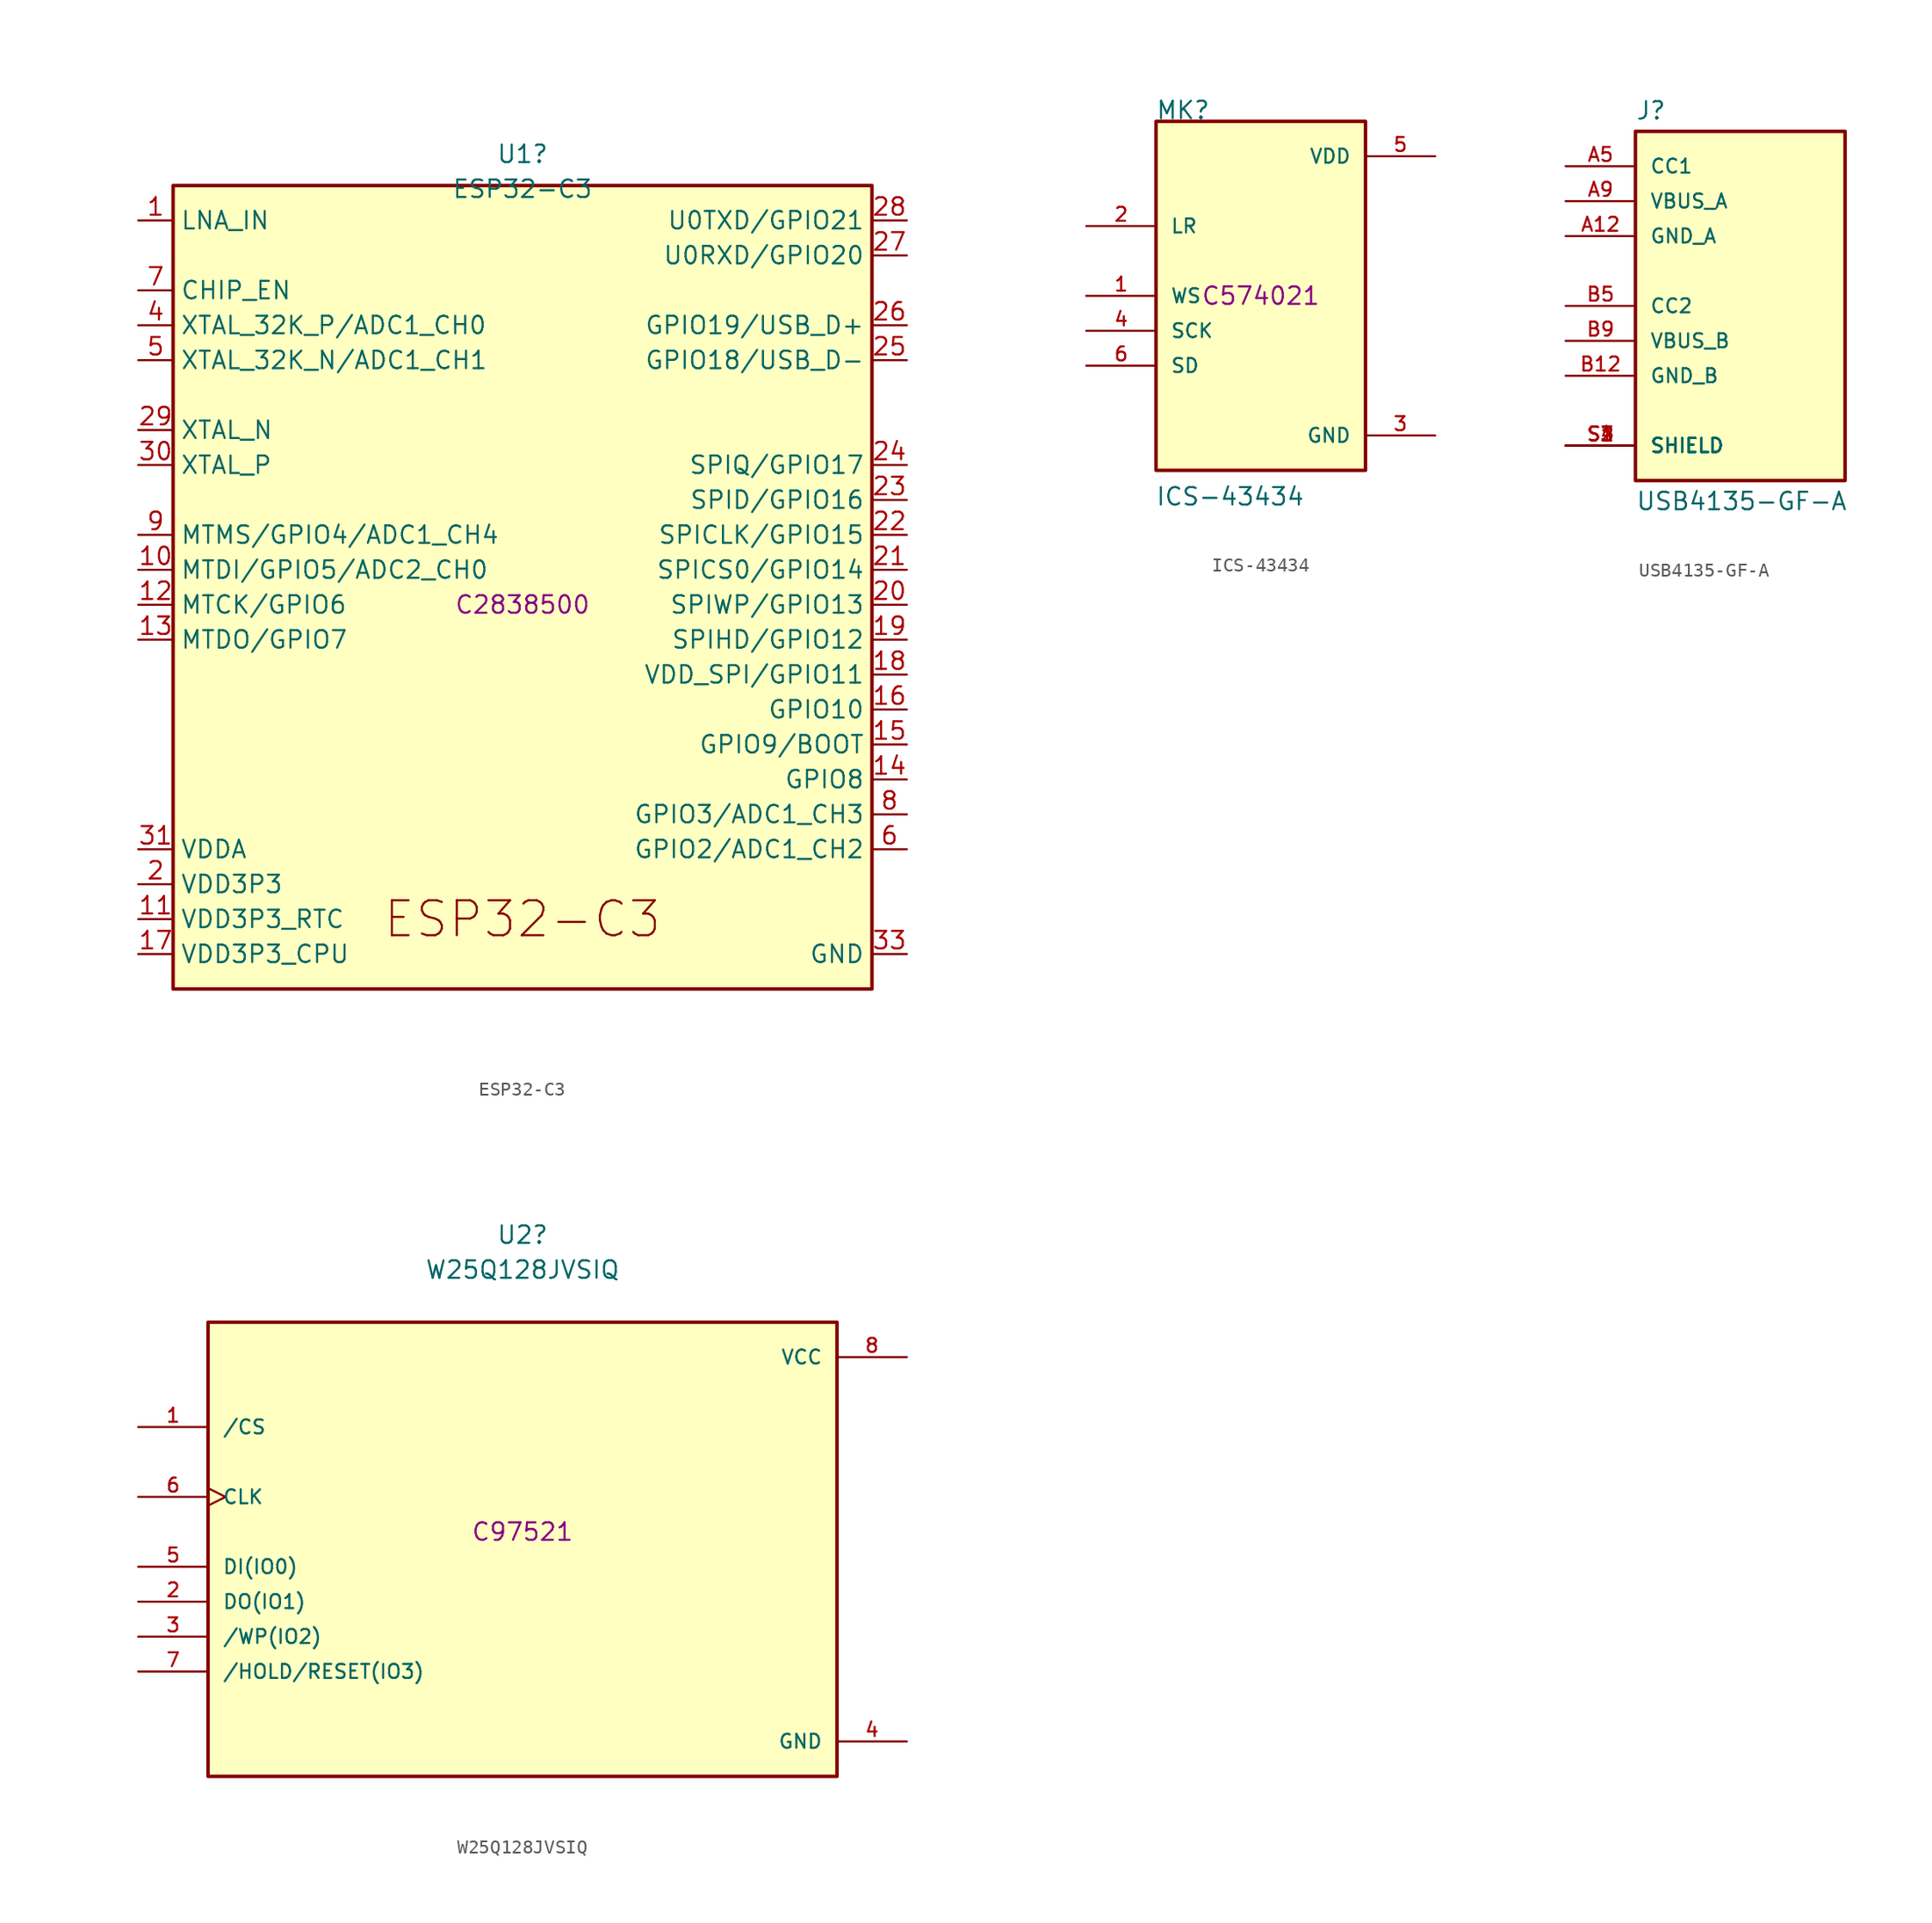
<source format=kicad_sym>
(kicad_symbol_lib
  (version 20211014)
  (generator kicad_symbol_editor)
  (symbol "ESP32-C3"
    (property "Reference" "U1"
      (at 0 32.766 0)
      (effects (font (size 1.27 1.27))))
    (property "Value" "ESP32-C3"
      (at 0 30.226 0)
      (effects (font (size 1.27 1.27))))
    (property "LCSC" "C2838500"
      (at 0 0 0)
      (effects (font (size 1.27 1.27))))
    (symbol "ESP32-C3_0_0"
      (text "ESP32-C3" (at 0 -22.86 0) (effects (font (size 2.54 2.54))))
      (pin bidirectional line (at -27.94 27.94 0) (length 2.54) (name "LNA_IN" (effects (font (size 1.27 1.27)))) (number "1" (effects (font (size 1.27 1.27)))))
      (pin bidirectional line (at -27.94 2.54 0) (length 2.54) (name "MTDI/GPIO5/ADC2_CH0" (effects (font (size 1.27 1.27)))) (number "10" (effects (font (size 1.27 1.27)))))
      (pin power_in line (at -27.94 -22.86 0) (length 2.54) (name "VDD3P3_RTC" (effects (font (size 1.27 1.27)))) (number "11" (effects (font (size 1.27 1.27)))))
      (pin bidirectional line (at -27.94 0 0) (length 2.54) (name "MTCK/GPIO6" (effects (font (size 1.27 1.27)))) (number "12" (effects (font (size 1.27 1.27)))))
      (pin bidirectional line (at -27.94 -2.54 0) (length 2.54) (name "MTDO/GPIO7" (effects (font (size 1.27 1.27)))) (number "13" (effects (font (size 1.27 1.27)))))
      (pin bidirectional line (at 27.94 -12.7 180) (length 2.54) (name "GPIO8" (effects (font (size 1.27 1.27)))) (number "14" (effects (font (size 1.27 1.27)))))
      (pin bidirectional line (at 27.94 -10.16 180) (length 2.54) (name "GPIO9/BOOT" (effects (font (size 1.27 1.27)))) (number "15" (effects (font (size 1.27 1.27)))))
      (pin bidirectional line (at 27.94 -7.62 180) (length 2.54) (name "GPIO10" (effects (font (size 1.27 1.27)))) (number "16" (effects (font (size 1.27 1.27)))))
      (pin power_in line (at -27.94 -25.4 0) (length 2.54) (name "VDD3P3_CPU" (effects (font (size 1.27 1.27)))) (number "17" (effects (font (size 1.27 1.27)))))
      (pin power_out line (at 27.94 -5.08 180) (length 2.54) (name "VDD_SPI/GPIO11" (effects (font (size 1.27 1.27)))) (number "18" (effects (font (size 1.27 1.27)))))
      (pin bidirectional line (at 27.94 -2.54 180) (length 2.54) (name "SPIHD/GPIO12" (effects (font (size 1.27 1.27)))) (number "19" (effects (font (size 1.27 1.27)))))
      (pin power_in line (at -27.94 -20.32 0) (length 2.54) (name "VDD3P3" (effects (font (size 1.27 1.27)))) (number "2" (effects (font (size 1.27 1.27)))))
      (pin bidirectional line (at 27.94 0 180) (length 2.54) (name "SPIWP/GPIO13" (effects (font (size 1.27 1.27)))) (number "20" (effects (font (size 1.27 1.27)))))
      (pin bidirectional line (at 27.94 2.54 180) (length 2.54) (name "SPICS0/GPIO14" (effects (font (size 1.27 1.27)))) (number "21" (effects (font (size 1.27 1.27)))))
      (pin bidirectional line (at 27.94 5.08 180) (length 2.54) (name "SPICLK/GPIO15" (effects (font (size 1.27 1.27)))) (number "22" (effects (font (size 1.27 1.27)))))
      (pin bidirectional line (at 27.94 7.62 180) (length 2.54) (name "SPID/GPIO16" (effects (font (size 1.27 1.27)))) (number "23" (effects (font (size 1.27 1.27)))))
      (pin bidirectional line (at 27.94 10.16 180) (length 2.54) (name "SPIQ/GPIO17" (effects (font (size 1.27 1.27)))) (number "24" (effects (font (size 1.27 1.27)))))
      (pin bidirectional line (at 27.94 17.78 180) (length 2.54) (name "GPIO18/USB_D-" (effects (font (size 1.27 1.27)))) (number "25" (effects (font (size 1.27 1.27)))))
      (pin bidirectional line (at 27.94 20.32 180) (length 2.54) (name "GPIO19/USB_D+" (effects (font (size 1.27 1.27)))) (number "26" (effects (font (size 1.27 1.27)))))
      (pin bidirectional line (at 27.94 25.4 180) (length 2.54) (name "U0RXD/GPIO20" (effects (font (size 1.27 1.27)))) (number "27" (effects (font (size 1.27 1.27)))))
      (pin bidirectional line (at 27.94 27.94 180) (length 2.54) (name "U0TXD/GPIO21" (effects (font (size 1.27 1.27)))) (number "28" (effects (font (size 1.27 1.27)))))
      (pin output line (at -27.94 12.7 0) (length 2.54) (name "XTAL_N" (effects (font (size 1.27 1.27)))) (number "29" (effects (font (size 1.27 1.27)))))
      (pin input line (at -27.94 10.16 0) (length 2.54) (name "XTAL_P" (effects (font (size 1.27 1.27)))) (number "30" (effects (font (size 1.27 1.27)))))
      (pin power_in line (at -27.94 -17.78 0) (length 2.54) (name "VDDA" (effects (font (size 1.27 1.27)))) (number "31" (effects (font (size 1.27 1.27)))))
      (pin power_in line (at 27.94 -25.4 180) (length 2.54) (name "GND" (effects (font (size 1.27 1.27)))) (number "33" (effects (font (size 1.27 1.27)))))
      (pin output line (at -27.94 20.32 0) (length 2.54) (name "XTAL_32K_P/ADC1_CH0" (effects (font (size 1.27 1.27)))) (number "4" (effects (font (size 1.27 1.27)))))
      (pin input line (at -27.94 17.78 0) (length 2.54) (name "XTAL_32K_N/ADC1_CH1" (effects (font (size 1.27 1.27)))) (number "5" (effects (font (size 1.27 1.27)))))
      (pin bidirectional line (at 27.94 -17.78 180) (length 2.54) (name "GPIO2/ADC1_CH2" (effects (font (size 1.27 1.27)))) (number "6" (effects (font (size 1.27 1.27)))))
      (pin input line (at -27.94 22.86 0) (length 2.54) (name "CHIP_EN" (effects (font (size 1.27 1.27)))) (number "7" (effects (font (size 1.27 1.27)))))
      (pin bidirectional line (at 27.94 -15.24 180) (length 2.54) (name "GPIO3/ADC1_CH3" (effects (font (size 1.27 1.27)))) (number "8" (effects (font (size 1.27 1.27)))))
      (pin bidirectional line (at -27.94 5.08 0) (length 2.54) (name "MTMS/GPIO4/ADC1_CH4" (effects (font (size 1.27 1.27)))) (number "9" (effects (font (size 1.27 1.27))))))
    (symbol "ESP32-C3_0_1"
      (rectangle (start -25.4 30.48) (end 25.4 -27.94) (stroke (width 0.254) (type default) (color 0 0 0 0)) (fill (type background)))
      (pin passive line (at -27.94 -20.32 0) (length 2.54) hide (name "VDD3P3" (effects (font (size 1.27 1.27)))) (number "3" (effects (font (size 1.27 1.27)))))
      (pin passive line (at -27.94 -17.78 0) (length 2.54) hide (name "VDDA" (effects (font (size 1.27 1.27)))) (number "32" (effects (font (size 1.27 1.27)))))))
  (symbol "ICS-43434"
    (pin_names
      (offset 1.016))
    (property "Reference" "MK"
      (at -7.662 12.769 0)
      (effects (font (size 1.27 1.27)) (justify left bottom)))
    (property "Value" "ICS-43434"
      (at -7.675 -15.35 0)
      (effects (font (size 1.27 1.27)) (justify left bottom)))
    (property "LCSC" "C574021"
      (at 0 0 0)
      (effects (font (size 1.27 1.27))))
    (symbol "ICS-43434_0_0"
      (rectangle (start -7.62 -12.7) (end 7.62 12.7) (stroke (width 0.254) (type default) (color 0 0 0 0)) (fill (type background)))
      (pin input line (at -12.7 0 0) (length 5.08) (name "WS" (effects (font (size 1.016 1.016)))) (number "1" (effects (font (size 1.016 1.016)))))
      (pin input line (at -12.7 5.08 0) (length 5.08) (name "LR" (effects (font (size 1.016 1.016)))) (number "2" (effects (font (size 1.016 1.016)))))
      (pin power_in line (at 12.7 -10.16 180) (length 5.08) (name "GND" (effects (font (size 1.016 1.016)))) (number "3" (effects (font (size 1.016 1.016)))))
      (pin input line (at -12.7 -2.54 0) (length 5.08) (name "SCK" (effects (font (size 1.016 1.016)))) (number "4" (effects (font (size 1.016 1.016)))))
      (pin power_in line (at 12.7 10.16 180) (length 5.08) (name "VDD" (effects (font (size 1.016 1.016)))) (number "5" (effects (font (size 1.016 1.016)))))
      (pin output line (at -12.7 -5.08 0) (length 5.08) (name "SD" (effects (font (size 1.016 1.016)))) (number "6" (effects (font (size 1.016 1.016)))))))
  (symbol "USB4135-GF-A"
    (pin_names
      (offset 1.016))
    (property "Reference" "J"
      (at -7.62 13.462 0)
      (effects (font (size 1.27 1.27)) (justify left bottom)))
    (property "Value" "USB4135-GF-A"
      (at -7.62 -13.462 0)
      (effects (font (size 1.27 1.27)) (justify left top)))
    (symbol "USB4135-GF-A_0_0"
      (rectangle (start -7.62 -12.7) (end 7.62 12.7) (stroke (width 0.254) (type default) (color 0 0 0 0)) (fill (type background)))
      (pin power_in line (at -12.7 5.08 0) (length 5.08) (name "GND_A" (effects (font (size 1.016 1.016)))) (number "A12" (effects (font (size 1.016 1.016)))))
      (pin bidirectional line (at -12.7 10.16 0) (length 5.08) (name "CC1" (effects (font (size 1.016 1.016)))) (number "A5" (effects (font (size 1.016 1.016)))))
      (pin power_in line (at -12.7 7.62 0) (length 5.08) (name "VBUS_A" (effects (font (size 1.016 1.016)))) (number "A9" (effects (font (size 1.016 1.016)))))
      (pin power_in line (at -12.7 -5.08 0) (length 5.08) (name "GND_B" (effects (font (size 1.016 1.016)))) (number "B12" (effects (font (size 1.016 1.016)))))
      (pin bidirectional line (at -12.7 0 0) (length 5.08) (name "CC2" (effects (font (size 1.016 1.016)))) (number "B5" (effects (font (size 1.016 1.016)))))
      (pin power_in line (at -12.7 -2.54 0) (length 5.08) (name "VBUS_B" (effects (font (size 1.016 1.016)))) (number "B9" (effects (font (size 1.016 1.016)))))
      (pin passive line (at -12.7 -10.16 0) (length 5.08) (name "SHIELD" (effects (font (size 1.016 1.016)))) (number "S1" (effects (font (size 1.016 1.016)))))
      (pin passive line (at -12.7 -10.16 0) (length 5.08) (name "SHIELD" (effects (font (size 1.016 1.016)))) (number "S2" (effects (font (size 1.016 1.016)))))
      (pin passive line (at -12.7 -10.16 0) (length 5.08) (name "SHIELD" (effects (font (size 1.016 1.016)))) (number "S3" (effects (font (size 1.016 1.016)))))
      (pin passive line (at -12.7 -10.16 0) (length 5.08) (name "SHIELD" (effects (font (size 1.016 1.016)))) (number "S4" (effects (font (size 1.016 1.016)))))))
  (symbol "W25Q128JVSIQ"
    (pin_names
      (offset 1.016))
    (property "Reference" "U2"
      (at 0 21.59 0)
      (effects (font (size 1.27 1.27))))
    (property "Value" "W25Q128JVSIQ"
      (at 0 19.05 0)
      (effects (font (size 1.27 1.27))))
    (property "LCSC" "C97521"
      (at 0 0 0)
      (effects (font (size 1.27 1.27))))
    (symbol "W25Q128JVSIQ_0_0"
      (rectangle (start -22.86 -17.78) (end 22.86 15.24) (stroke (width 0.254) (type default) (color 0 0 0 0)) (fill (type background)))
      (pin input line (at -27.94 7.62 0) (length 5.08) (name "/CS" (effects (font (size 1.016 1.016)))) (number "1" (effects (font (size 1.016 1.016)))))
      (pin bidirectional line (at -27.94 -5.08 0) (length 5.08) (name "DO(IO1)" (effects (font (size 1.016 1.016)))) (number "2" (effects (font (size 1.016 1.016)))))
      (pin bidirectional line (at -27.94 -7.62 0) (length 5.08) (name "/WP(IO2)" (effects (font (size 1.016 1.016)))) (number "3" (effects (font (size 1.016 1.016)))))
      (pin power_in line (at 27.94 -15.24 180) (length 5.08) (name "GND" (effects (font (size 1.016 1.016)))) (number "4" (effects (font (size 1.016 1.016)))))
      (pin bidirectional line (at -27.94 -2.54 0) (length 5.08) (name "DI(IO0)" (effects (font (size 1.016 1.016)))) (number "5" (effects (font (size 1.016 1.016)))))
      (pin input clock (at -27.94 2.54 0) (length 5.08) (name "CLK" (effects (font (size 1.016 1.016)))) (number "6" (effects (font (size 1.016 1.016)))))
      (pin bidirectional line (at -27.94 -10.16 0) (length 5.08) (name "/HOLD/RESET(IO3)" (effects (font (size 1.016 1.016)))) (number "7" (effects (font (size 1.016 1.016)))))
      (pin power_in line (at 27.94 12.7 180) (length 5.08) (name "VCC" (effects (font (size 1.016 1.016)))) (number "8" (effects (font (size 1.016 1.016))))))))
</source>
